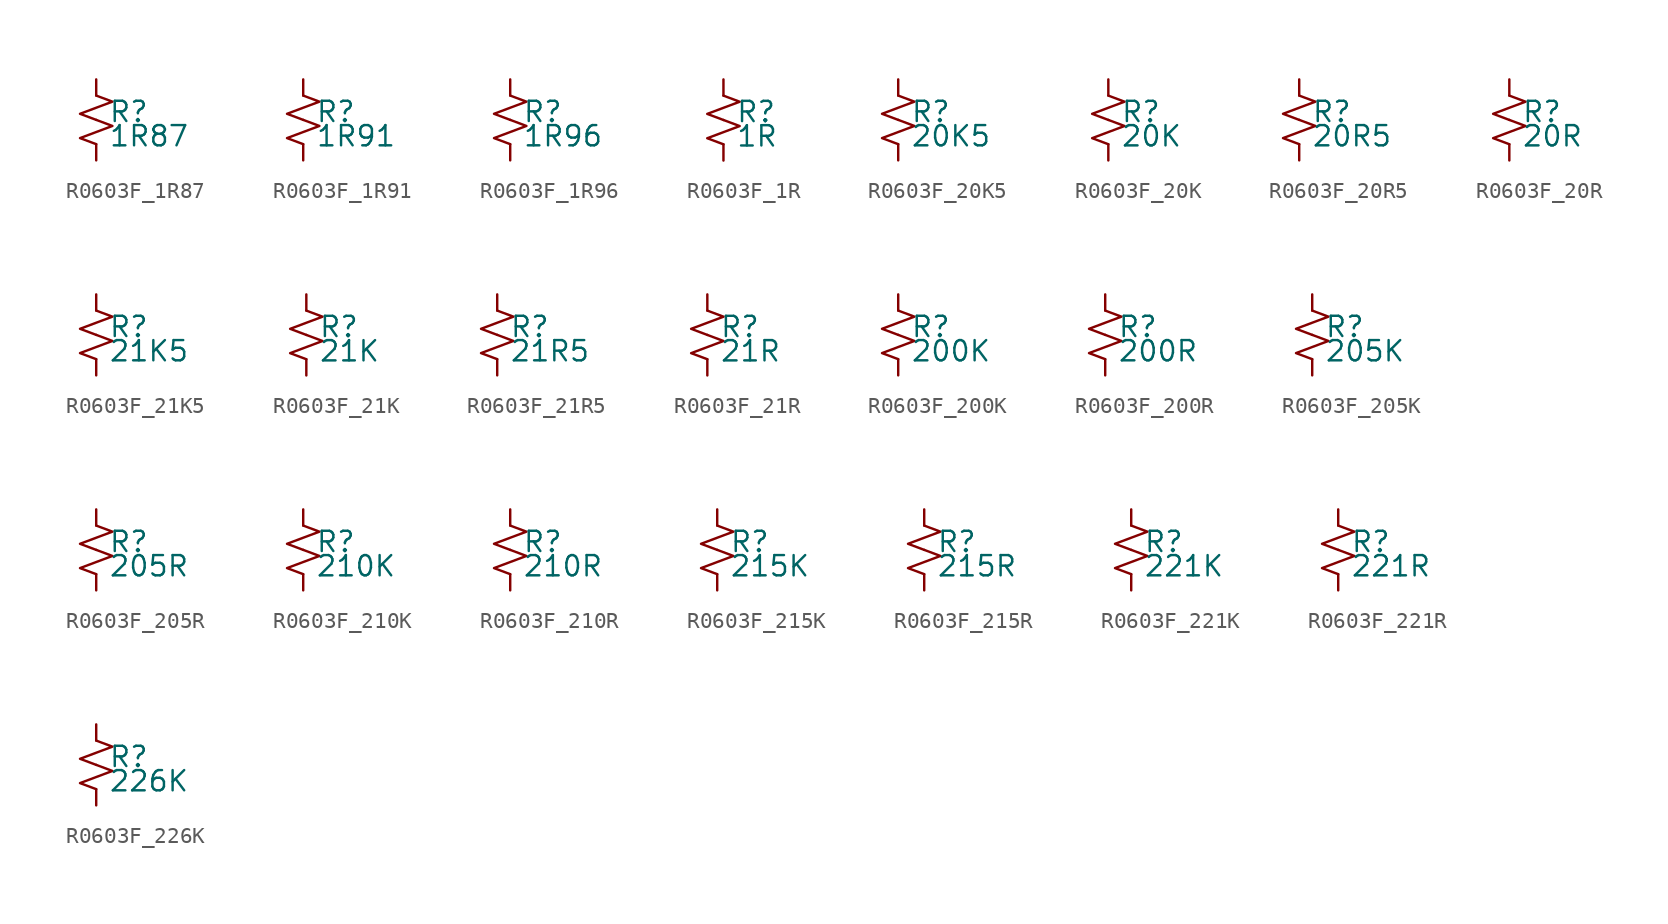
<source format=kicad_sym>
(kicad_symbol_lib
  (version 20220914)
  (generator kicad_symbol_editor)
  (symbol "R0603F_1R87"
    (pin_numbers hide)
    (pin_names
      (offset 0.254) hide)
    (property "Reference" "R"
      (at 0.762 0.508 0)
      (effects (font (size 1.27 1.27)) (justify left)))
    (property "Value" "1R87"
      (at 0.762 -1.016 0)
      (effects (font (size 1.27 1.27)) (justify left)))
    (symbol "R0603F_1R87_1_1"
      (polyline (pts (xy 0 0) (xy 1.016 -0.381) (xy 0 -0.762) (xy -1.016 -1.143) (xy 0 -1.524)) (stroke (width 0) (type default)) (fill (type none)))
      (polyline (pts (xy 0 1.524) (xy 1.016 1.143) (xy 0 0.762) (xy -1.016 0.381) (xy 0 0)) (stroke (width 0) (type default)) (fill (type none)))
      (pin passive line (at 0 2.54 270) (length 1.016) (name "~" (effects (font (size 1.27 1.27)))) (number "1" (effects (font (size 1.27 1.27)))))
      (pin passive line (at 0 -2.54 90) (length 1.016) (name "~" (effects (font (size 1.27 1.27)))) (number "2" (effects (font (size 1.27 1.27)))))))
  (symbol "R0603F_1R91"
    (pin_numbers hide)
    (pin_names
      (offset 0.254) hide)
    (property "Reference" "R"
      (at 0.762 0.508 0)
      (effects (font (size 1.27 1.27)) (justify left)))
    (property "Value" "1R91"
      (at 0.762 -1.016 0)
      (effects (font (size 1.27 1.27)) (justify left)))
    (symbol "R0603F_1R91_1_1"
      (polyline (pts (xy 0 0) (xy 1.016 -0.381) (xy 0 -0.762) (xy -1.016 -1.143) (xy 0 -1.524)) (stroke (width 0) (type default)) (fill (type none)))
      (polyline (pts (xy 0 1.524) (xy 1.016 1.143) (xy 0 0.762) (xy -1.016 0.381) (xy 0 0)) (stroke (width 0) (type default)) (fill (type none)))
      (pin passive line (at 0 2.54 270) (length 1.016) (name "~" (effects (font (size 1.27 1.27)))) (number "1" (effects (font (size 1.27 1.27)))))
      (pin passive line (at 0 -2.54 90) (length 1.016) (name "~" (effects (font (size 1.27 1.27)))) (number "2" (effects (font (size 1.27 1.27)))))))
  (symbol "R0603F_1R96"
    (pin_numbers hide)
    (pin_names
      (offset 0.254) hide)
    (property "Reference" "R"
      (at 0.762 0.508 0)
      (effects (font (size 1.27 1.27)) (justify left)))
    (property "Value" "1R96"
      (at 0.762 -1.016 0)
      (effects (font (size 1.27 1.27)) (justify left)))
    (symbol "R0603F_1R96_1_1"
      (polyline (pts (xy 0 0) (xy 1.016 -0.381) (xy 0 -0.762) (xy -1.016 -1.143) (xy 0 -1.524)) (stroke (width 0) (type default)) (fill (type none)))
      (polyline (pts (xy 0 1.524) (xy 1.016 1.143) (xy 0 0.762) (xy -1.016 0.381) (xy 0 0)) (stroke (width 0) (type default)) (fill (type none)))
      (pin passive line (at 0 2.54 270) (length 1.016) (name "~" (effects (font (size 1.27 1.27)))) (number "1" (effects (font (size 1.27 1.27)))))
      (pin passive line (at 0 -2.54 90) (length 1.016) (name "~" (effects (font (size 1.27 1.27)))) (number "2" (effects (font (size 1.27 1.27)))))))
  (symbol "R0603F_1R"
    (pin_numbers hide)
    (pin_names
      (offset 0.254) hide)
    (property "Reference" "R"
      (at 0.762 0.508 0)
      (effects (font (size 1.27 1.27)) (justify left)))
    (property "Value" "1R"
      (at 0.762 -1.016 0)
      (effects (font (size 1.27 1.27)) (justify left)))
    (symbol "R0603F_1R_1_1"
      (polyline (pts (xy 0 0) (xy 1.016 -0.381) (xy 0 -0.762) (xy -1.016 -1.143) (xy 0 -1.524)) (stroke (width 0) (type default)) (fill (type none)))
      (polyline (pts (xy 0 1.524) (xy 1.016 1.143) (xy 0 0.762) (xy -1.016 0.381) (xy 0 0)) (stroke (width 0) (type default)) (fill (type none)))
      (pin passive line (at 0 2.54 270) (length 1.016) (name "~" (effects (font (size 1.27 1.27)))) (number "1" (effects (font (size 1.27 1.27)))))
      (pin passive line (at 0 -2.54 90) (length 1.016) (name "~" (effects (font (size 1.27 1.27)))) (number "2" (effects (font (size 1.27 1.27)))))))
  (symbol "R0603F_20K5"
    (pin_numbers hide)
    (pin_names
      (offset 0.254) hide)
    (property "Reference" "R"
      (at 0.762 0.508 0)
      (effects (font (size 1.27 1.27)) (justify left)))
    (property "Value" "20K5"
      (at 0.762 -1.016 0)
      (effects (font (size 1.27 1.27)) (justify left)))
    (symbol "R0603F_20K5_1_1"
      (polyline (pts (xy 0 0) (xy 1.016 -0.381) (xy 0 -0.762) (xy -1.016 -1.143) (xy 0 -1.524)) (stroke (width 0) (type default)) (fill (type none)))
      (polyline (pts (xy 0 1.524) (xy 1.016 1.143) (xy 0 0.762) (xy -1.016 0.381) (xy 0 0)) (stroke (width 0) (type default)) (fill (type none)))
      (pin passive line (at 0 2.54 270) (length 1.016) (name "~" (effects (font (size 1.27 1.27)))) (number "1" (effects (font (size 1.27 1.27)))))
      (pin passive line (at 0 -2.54 90) (length 1.016) (name "~" (effects (font (size 1.27 1.27)))) (number "2" (effects (font (size 1.27 1.27)))))))
  (symbol "R0603F_20K"
    (pin_numbers hide)
    (pin_names
      (offset 0.254) hide)
    (property "Reference" "R"
      (at 0.762 0.508 0)
      (effects (font (size 1.27 1.27)) (justify left)))
    (property "Value" "20K"
      (at 0.762 -1.016 0)
      (effects (font (size 1.27 1.27)) (justify left)))
    (symbol "R0603F_20K_1_1"
      (polyline (pts (xy 0 0) (xy 1.016 -0.381) (xy 0 -0.762) (xy -1.016 -1.143) (xy 0 -1.524)) (stroke (width 0) (type default)) (fill (type none)))
      (polyline (pts (xy 0 1.524) (xy 1.016 1.143) (xy 0 0.762) (xy -1.016 0.381) (xy 0 0)) (stroke (width 0) (type default)) (fill (type none)))
      (pin passive line (at 0 2.54 270) (length 1.016) (name "~" (effects (font (size 1.27 1.27)))) (number "1" (effects (font (size 1.27 1.27)))))
      (pin passive line (at 0 -2.54 90) (length 1.016) (name "~" (effects (font (size 1.27 1.27)))) (number "2" (effects (font (size 1.27 1.27)))))))
  (symbol "R0603F_20R5"
    (pin_numbers hide)
    (pin_names
      (offset 0.254) hide)
    (property "Reference" "R"
      (at 0.762 0.508 0)
      (effects (font (size 1.27 1.27)) (justify left)))
    (property "Value" "20R5"
      (at 0.762 -1.016 0)
      (effects (font (size 1.27 1.27)) (justify left)))
    (symbol "R0603F_20R5_1_1"
      (polyline (pts (xy 0 0) (xy 1.016 -0.381) (xy 0 -0.762) (xy -1.016 -1.143) (xy 0 -1.524)) (stroke (width 0) (type default)) (fill (type none)))
      (polyline (pts (xy 0 1.524) (xy 1.016 1.143) (xy 0 0.762) (xy -1.016 0.381) (xy 0 0)) (stroke (width 0) (type default)) (fill (type none)))
      (pin passive line (at 0 2.54 270) (length 1.016) (name "~" (effects (font (size 1.27 1.27)))) (number "1" (effects (font (size 1.27 1.27)))))
      (pin passive line (at 0 -2.54 90) (length 1.016) (name "~" (effects (font (size 1.27 1.27)))) (number "2" (effects (font (size 1.27 1.27)))))))
  (symbol "R0603F_20R"
    (pin_numbers hide)
    (pin_names
      (offset 0.254) hide)
    (property "Reference" "R"
      (at 0.762 0.508 0)
      (effects (font (size 1.27 1.27)) (justify left)))
    (property "Value" "20R"
      (at 0.762 -1.016 0)
      (effects (font (size 1.27 1.27)) (justify left)))
    (symbol "R0603F_20R_1_1"
      (polyline (pts (xy 0 0) (xy 1.016 -0.381) (xy 0 -0.762) (xy -1.016 -1.143) (xy 0 -1.524)) (stroke (width 0) (type default)) (fill (type none)))
      (polyline (pts (xy 0 1.524) (xy 1.016 1.143) (xy 0 0.762) (xy -1.016 0.381) (xy 0 0)) (stroke (width 0) (type default)) (fill (type none)))
      (pin passive line (at 0 2.54 270) (length 1.016) (name "~" (effects (font (size 1.27 1.27)))) (number "1" (effects (font (size 1.27 1.27)))))
      (pin passive line (at 0 -2.54 90) (length 1.016) (name "~" (effects (font (size 1.27 1.27)))) (number "2" (effects (font (size 1.27 1.27)))))))
  (symbol "R0603F_21K5"
    (pin_numbers hide)
    (pin_names
      (offset 0.254) hide)
    (property "Reference" "R"
      (at 0.762 0.508 0)
      (effects (font (size 1.27 1.27)) (justify left)))
    (property "Value" "21K5"
      (at 0.762 -1.016 0)
      (effects (font (size 1.27 1.27)) (justify left)))
    (symbol "R0603F_21K5_1_1"
      (polyline (pts (xy 0 0) (xy 1.016 -0.381) (xy 0 -0.762) (xy -1.016 -1.143) (xy 0 -1.524)) (stroke (width 0) (type default)) (fill (type none)))
      (polyline (pts (xy 0 1.524) (xy 1.016 1.143) (xy 0 0.762) (xy -1.016 0.381) (xy 0 0)) (stroke (width 0) (type default)) (fill (type none)))
      (pin passive line (at 0 2.54 270) (length 1.016) (name "~" (effects (font (size 1.27 1.27)))) (number "1" (effects (font (size 1.27 1.27)))))
      (pin passive line (at 0 -2.54 90) (length 1.016) (name "~" (effects (font (size 1.27 1.27)))) (number "2" (effects (font (size 1.27 1.27)))))))
  (symbol "R0603F_21K"
    (pin_numbers hide)
    (pin_names
      (offset 0.254) hide)
    (property "Reference" "R"
      (at 0.762 0.508 0)
      (effects (font (size 1.27 1.27)) (justify left)))
    (property "Value" "21K"
      (at 0.762 -1.016 0)
      (effects (font (size 1.27 1.27)) (justify left)))
    (symbol "R0603F_21K_1_1"
      (polyline (pts (xy 0 0) (xy 1.016 -0.381) (xy 0 -0.762) (xy -1.016 -1.143) (xy 0 -1.524)) (stroke (width 0) (type default)) (fill (type none)))
      (polyline (pts (xy 0 1.524) (xy 1.016 1.143) (xy 0 0.762) (xy -1.016 0.381) (xy 0 0)) (stroke (width 0) (type default)) (fill (type none)))
      (pin passive line (at 0 2.54 270) (length 1.016) (name "~" (effects (font (size 1.27 1.27)))) (number "1" (effects (font (size 1.27 1.27)))))
      (pin passive line (at 0 -2.54 90) (length 1.016) (name "~" (effects (font (size 1.27 1.27)))) (number "2" (effects (font (size 1.27 1.27)))))))
  (symbol "R0603F_21R5"
    (pin_numbers hide)
    (pin_names
      (offset 0.254) hide)
    (property "Reference" "R"
      (at 0.762 0.508 0)
      (effects (font (size 1.27 1.27)) (justify left)))
    (property "Value" "21R5"
      (at 0.762 -1.016 0)
      (effects (font (size 1.27 1.27)) (justify left)))
    (symbol "R0603F_21R5_1_1"
      (polyline (pts (xy 0 0) (xy 1.016 -0.381) (xy 0 -0.762) (xy -1.016 -1.143) (xy 0 -1.524)) (stroke (width 0) (type default)) (fill (type none)))
      (polyline (pts (xy 0 1.524) (xy 1.016 1.143) (xy 0 0.762) (xy -1.016 0.381) (xy 0 0)) (stroke (width 0) (type default)) (fill (type none)))
      (pin passive line (at 0 2.54 270) (length 1.016) (name "~" (effects (font (size 1.27 1.27)))) (number "1" (effects (font (size 1.27 1.27)))))
      (pin passive line (at 0 -2.54 90) (length 1.016) (name "~" (effects (font (size 1.27 1.27)))) (number "2" (effects (font (size 1.27 1.27)))))))
  (symbol "R0603F_21R"
    (pin_numbers hide)
    (pin_names
      (offset 0.254) hide)
    (property "Reference" "R"
      (at 0.762 0.508 0)
      (effects (font (size 1.27 1.27)) (justify left)))
    (property "Value" "21R"
      (at 0.762 -1.016 0)
      (effects (font (size 1.27 1.27)) (justify left)))
    (symbol "R0603F_21R_1_1"
      (polyline (pts (xy 0 0) (xy 1.016 -0.381) (xy 0 -0.762) (xy -1.016 -1.143) (xy 0 -1.524)) (stroke (width 0) (type default)) (fill (type none)))
      (polyline (pts (xy 0 1.524) (xy 1.016 1.143) (xy 0 0.762) (xy -1.016 0.381) (xy 0 0)) (stroke (width 0) (type default)) (fill (type none)))
      (pin passive line (at 0 2.54 270) (length 1.016) (name "~" (effects (font (size 1.27 1.27)))) (number "1" (effects (font (size 1.27 1.27)))))
      (pin passive line (at 0 -2.54 90) (length 1.016) (name "~" (effects (font (size 1.27 1.27)))) (number "2" (effects (font (size 1.27 1.27)))))))
  (symbol "R0603F_200K"
    (pin_numbers hide)
    (pin_names
      (offset 0.254) hide)
    (property "Reference" "R"
      (at 0.762 0.508 0)
      (effects (font (size 1.27 1.27)) (justify left)))
    (property "Value" "200K"
      (at 0.762 -1.016 0)
      (effects (font (size 1.27 1.27)) (justify left)))
    (symbol "R0603F_200K_1_1"
      (polyline (pts (xy 0 0) (xy 1.016 -0.381) (xy 0 -0.762) (xy -1.016 -1.143) (xy 0 -1.524)) (stroke (width 0) (type default)) (fill (type none)))
      (polyline (pts (xy 0 1.524) (xy 1.016 1.143) (xy 0 0.762) (xy -1.016 0.381) (xy 0 0)) (stroke (width 0) (type default)) (fill (type none)))
      (pin passive line (at 0 2.54 270) (length 1.016) (name "~" (effects (font (size 1.27 1.27)))) (number "1" (effects (font (size 1.27 1.27)))))
      (pin passive line (at 0 -2.54 90) (length 1.016) (name "~" (effects (font (size 1.27 1.27)))) (number "2" (effects (font (size 1.27 1.27)))))))
  (symbol "R0603F_200R"
    (pin_numbers hide)
    (pin_names
      (offset 0.254) hide)
    (property "Reference" "R"
      (at 0.762 0.508 0)
      (effects (font (size 1.27 1.27)) (justify left)))
    (property "Value" "200R"
      (at 0.762 -1.016 0)
      (effects (font (size 1.27 1.27)) (justify left)))
    (symbol "R0603F_200R_1_1"
      (polyline (pts (xy 0 0) (xy 1.016 -0.381) (xy 0 -0.762) (xy -1.016 -1.143) (xy 0 -1.524)) (stroke (width 0) (type default)) (fill (type none)))
      (polyline (pts (xy 0 1.524) (xy 1.016 1.143) (xy 0 0.762) (xy -1.016 0.381) (xy 0 0)) (stroke (width 0) (type default)) (fill (type none)))
      (pin passive line (at 0 2.54 270) (length 1.016) (name "~" (effects (font (size 1.27 1.27)))) (number "1" (effects (font (size 1.27 1.27)))))
      (pin passive line (at 0 -2.54 90) (length 1.016) (name "~" (effects (font (size 1.27 1.27)))) (number "2" (effects (font (size 1.27 1.27)))))))
  (symbol "R0603F_205K"
    (pin_numbers hide)
    (pin_names
      (offset 0.254) hide)
    (property "Reference" "R"
      (at 0.762 0.508 0)
      (effects (font (size 1.27 1.27)) (justify left)))
    (property "Value" "205K"
      (at 0.762 -1.016 0)
      (effects (font (size 1.27 1.27)) (justify left)))
    (symbol "R0603F_205K_1_1"
      (polyline (pts (xy 0 0) (xy 1.016 -0.381) (xy 0 -0.762) (xy -1.016 -1.143) (xy 0 -1.524)) (stroke (width 0) (type default)) (fill (type none)))
      (polyline (pts (xy 0 1.524) (xy 1.016 1.143) (xy 0 0.762) (xy -1.016 0.381) (xy 0 0)) (stroke (width 0) (type default)) (fill (type none)))
      (pin passive line (at 0 2.54 270) (length 1.016) (name "~" (effects (font (size 1.27 1.27)))) (number "1" (effects (font (size 1.27 1.27)))))
      (pin passive line (at 0 -2.54 90) (length 1.016) (name "~" (effects (font (size 1.27 1.27)))) (number "2" (effects (font (size 1.27 1.27)))))))
  (symbol "R0603F_205R"
    (pin_numbers hide)
    (pin_names
      (offset 0.254) hide)
    (property "Reference" "R"
      (at 0.762 0.508 0)
      (effects (font (size 1.27 1.27)) (justify left)))
    (property "Value" "205R"
      (at 0.762 -1.016 0)
      (effects (font (size 1.27 1.27)) (justify left)))
    (symbol "R0603F_205R_1_1"
      (polyline (pts (xy 0 0) (xy 1.016 -0.381) (xy 0 -0.762) (xy -1.016 -1.143) (xy 0 -1.524)) (stroke (width 0) (type default)) (fill (type none)))
      (polyline (pts (xy 0 1.524) (xy 1.016 1.143) (xy 0 0.762) (xy -1.016 0.381) (xy 0 0)) (stroke (width 0) (type default)) (fill (type none)))
      (pin passive line (at 0 2.54 270) (length 1.016) (name "~" (effects (font (size 1.27 1.27)))) (number "1" (effects (font (size 1.27 1.27)))))
      (pin passive line (at 0 -2.54 90) (length 1.016) (name "~" (effects (font (size 1.27 1.27)))) (number "2" (effects (font (size 1.27 1.27)))))))
  (symbol "R0603F_210K"
    (pin_numbers hide)
    (pin_names
      (offset 0.254) hide)
    (property "Reference" "R"
      (at 0.762 0.508 0)
      (effects (font (size 1.27 1.27)) (justify left)))
    (property "Value" "210K"
      (at 0.762 -1.016 0)
      (effects (font (size 1.27 1.27)) (justify left)))
    (symbol "R0603F_210K_1_1"
      (polyline (pts (xy 0 0) (xy 1.016 -0.381) (xy 0 -0.762) (xy -1.016 -1.143) (xy 0 -1.524)) (stroke (width 0) (type default)) (fill (type none)))
      (polyline (pts (xy 0 1.524) (xy 1.016 1.143) (xy 0 0.762) (xy -1.016 0.381) (xy 0 0)) (stroke (width 0) (type default)) (fill (type none)))
      (pin passive line (at 0 2.54 270) (length 1.016) (name "~" (effects (font (size 1.27 1.27)))) (number "1" (effects (font (size 1.27 1.27)))))
      (pin passive line (at 0 -2.54 90) (length 1.016) (name "~" (effects (font (size 1.27 1.27)))) (number "2" (effects (font (size 1.27 1.27)))))))
  (symbol "R0603F_210R"
    (pin_numbers hide)
    (pin_names
      (offset 0.254) hide)
    (property "Reference" "R"
      (at 0.762 0.508 0)
      (effects (font (size 1.27 1.27)) (justify left)))
    (property "Value" "210R"
      (at 0.762 -1.016 0)
      (effects (font (size 1.27 1.27)) (justify left)))
    (symbol "R0603F_210R_1_1"
      (polyline (pts (xy 0 0) (xy 1.016 -0.381) (xy 0 -0.762) (xy -1.016 -1.143) (xy 0 -1.524)) (stroke (width 0) (type default)) (fill (type none)))
      (polyline (pts (xy 0 1.524) (xy 1.016 1.143) (xy 0 0.762) (xy -1.016 0.381) (xy 0 0)) (stroke (width 0) (type default)) (fill (type none)))
      (pin passive line (at 0 2.54 270) (length 1.016) (name "~" (effects (font (size 1.27 1.27)))) (number "1" (effects (font (size 1.27 1.27)))))
      (pin passive line (at 0 -2.54 90) (length 1.016) (name "~" (effects (font (size 1.27 1.27)))) (number "2" (effects (font (size 1.27 1.27)))))))
  (symbol "R0603F_215K"
    (pin_numbers hide)
    (pin_names
      (offset 0.254) hide)
    (property "Reference" "R"
      (at 0.762 0.508 0)
      (effects (font (size 1.27 1.27)) (justify left)))
    (property "Value" "215K"
      (at 0.762 -1.016 0)
      (effects (font (size 1.27 1.27)) (justify left)))
    (symbol "R0603F_215K_1_1"
      (polyline (pts (xy 0 0) (xy 1.016 -0.381) (xy 0 -0.762) (xy -1.016 -1.143) (xy 0 -1.524)) (stroke (width 0) (type default)) (fill (type none)))
      (polyline (pts (xy 0 1.524) (xy 1.016 1.143) (xy 0 0.762) (xy -1.016 0.381) (xy 0 0)) (stroke (width 0) (type default)) (fill (type none)))
      (pin passive line (at 0 2.54 270) (length 1.016) (name "~" (effects (font (size 1.27 1.27)))) (number "1" (effects (font (size 1.27 1.27)))))
      (pin passive line (at 0 -2.54 90) (length 1.016) (name "~" (effects (font (size 1.27 1.27)))) (number "2" (effects (font (size 1.27 1.27)))))))
  (symbol "R0603F_215R"
    (pin_numbers hide)
    (pin_names
      (offset 0.254) hide)
    (property "Reference" "R"
      (at 0.762 0.508 0)
      (effects (font (size 1.27 1.27)) (justify left)))
    (property "Value" "215R"
      (at 0.762 -1.016 0)
      (effects (font (size 1.27 1.27)) (justify left)))
    (symbol "R0603F_215R_1_1"
      (polyline (pts (xy 0 0) (xy 1.016 -0.381) (xy 0 -0.762) (xy -1.016 -1.143) (xy 0 -1.524)) (stroke (width 0) (type default)) (fill (type none)))
      (polyline (pts (xy 0 1.524) (xy 1.016 1.143) (xy 0 0.762) (xy -1.016 0.381) (xy 0 0)) (stroke (width 0) (type default)) (fill (type none)))
      (pin passive line (at 0 2.54 270) (length 1.016) (name "~" (effects (font (size 1.27 1.27)))) (number "1" (effects (font (size 1.27 1.27)))))
      (pin passive line (at 0 -2.54 90) (length 1.016) (name "~" (effects (font (size 1.27 1.27)))) (number "2" (effects (font (size 1.27 1.27)))))))
  (symbol "R0603F_221K"
    (pin_numbers hide)
    (pin_names
      (offset 0.254) hide)
    (property "Reference" "R"
      (at 0.762 0.508 0)
      (effects (font (size 1.27 1.27)) (justify left)))
    (property "Value" "221K"
      (at 0.762 -1.016 0)
      (effects (font (size 1.27 1.27)) (justify left)))
    (symbol "R0603F_221K_1_1"
      (polyline (pts (xy 0 0) (xy 1.016 -0.381) (xy 0 -0.762) (xy -1.016 -1.143) (xy 0 -1.524)) (stroke (width 0) (type default)) (fill (type none)))
      (polyline (pts (xy 0 1.524) (xy 1.016 1.143) (xy 0 0.762) (xy -1.016 0.381) (xy 0 0)) (stroke (width 0) (type default)) (fill (type none)))
      (pin passive line (at 0 2.54 270) (length 1.016) (name "~" (effects (font (size 1.27 1.27)))) (number "1" (effects (font (size 1.27 1.27)))))
      (pin passive line (at 0 -2.54 90) (length 1.016) (name "~" (effects (font (size 1.27 1.27)))) (number "2" (effects (font (size 1.27 1.27)))))))
  (symbol "R0603F_221R"
    (pin_numbers hide)
    (pin_names
      (offset 0.254) hide)
    (property "Reference" "R"
      (at 0.762 0.508 0)
      (effects (font (size 1.27 1.27)) (justify left)))
    (property "Value" "221R"
      (at 0.762 -1.016 0)
      (effects (font (size 1.27 1.27)) (justify left)))
    (symbol "R0603F_221R_1_1"
      (polyline (pts (xy 0 0) (xy 1.016 -0.381) (xy 0 -0.762) (xy -1.016 -1.143) (xy 0 -1.524)) (stroke (width 0) (type default)) (fill (type none)))
      (polyline (pts (xy 0 1.524) (xy 1.016 1.143) (xy 0 0.762) (xy -1.016 0.381) (xy 0 0)) (stroke (width 0) (type default)) (fill (type none)))
      (pin passive line (at 0 2.54 270) (length 1.016) (name "~" (effects (font (size 1.27 1.27)))) (number "1" (effects (font (size 1.27 1.27)))))
      (pin passive line (at 0 -2.54 90) (length 1.016) (name "~" (effects (font (size 1.27 1.27)))) (number "2" (effects (font (size 1.27 1.27)))))))
  (symbol "R0603F_226K"
    (pin_numbers hide)
    (pin_names
      (offset 0.254) hide)
    (property "Reference" "R"
      (at 0.762 0.508 0)
      (effects (font (size 1.27 1.27)) (justify left)))
    (property "Value" "226K"
      (at 0.762 -1.016 0)
      (effects (font (size 1.27 1.27)) (justify left)))
    (symbol "R0603F_226K_1_1"
      (polyline (pts (xy 0 0) (xy 1.016 -0.381) (xy 0 -0.762) (xy -1.016 -1.143) (xy 0 -1.524)) (stroke (width 0) (type default)) (fill (type none)))
      (polyline (pts (xy 0 1.524) (xy 1.016 1.143) (xy 0 0.762) (xy -1.016 0.381) (xy 0 0)) (stroke (width 0) (type default)) (fill (type none)))
      (pin passive line (at 0 2.54 270) (length 1.016) (name "~" (effects (font (size 1.27 1.27)))) (number "1" (effects (font (size 1.27 1.27)))))
      (pin passive line (at 0 -2.54 90) (length 1.016) (name "~" (effects (font (size 1.27 1.27)))) (number "2" (effects (font (size 1.27 1.27))))))))
</source>
